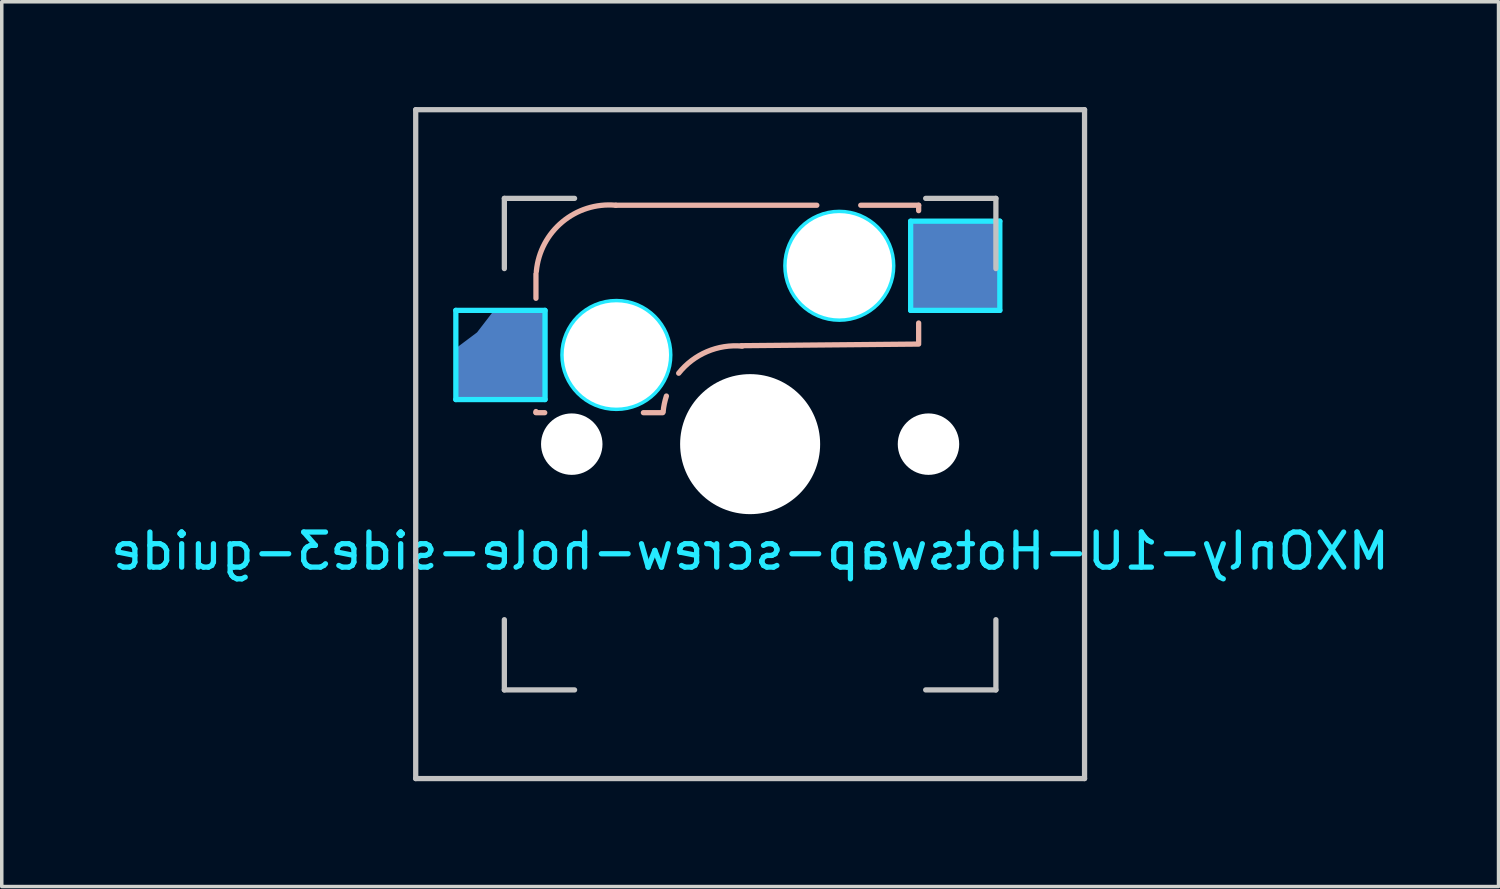
<source format=kicad_pcb>
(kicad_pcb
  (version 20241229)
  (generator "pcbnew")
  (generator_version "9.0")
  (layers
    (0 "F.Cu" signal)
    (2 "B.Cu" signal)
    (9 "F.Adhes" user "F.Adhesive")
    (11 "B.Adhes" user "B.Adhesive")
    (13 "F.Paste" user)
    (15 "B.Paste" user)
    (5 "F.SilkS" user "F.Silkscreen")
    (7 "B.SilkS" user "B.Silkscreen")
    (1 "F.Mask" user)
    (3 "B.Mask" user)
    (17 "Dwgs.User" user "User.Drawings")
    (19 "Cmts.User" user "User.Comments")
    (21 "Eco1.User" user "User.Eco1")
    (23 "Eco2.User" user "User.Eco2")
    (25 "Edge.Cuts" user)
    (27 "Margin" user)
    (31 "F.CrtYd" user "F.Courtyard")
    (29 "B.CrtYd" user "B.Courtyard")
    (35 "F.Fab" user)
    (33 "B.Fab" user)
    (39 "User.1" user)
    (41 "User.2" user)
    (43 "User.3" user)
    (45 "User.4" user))
  (footprint "MXOnly-1U-Hotswap-screw-hole-side3-guide"
    (layer "F.Cu")
    (at 18.315 9.6)
    (property "Reference" "MXOnly-1U-Hotswap-screw-hole-side3-guide" (at 0 3.048 0) (layer "B.CrtYd") (effects (font (size 1 1) (thickness 0.15)) (justify mirror)))
    (attr smd)
    (fp_line (start -6.1 -4.85) (end -6.1 -4.154) (stroke (width 0.15) (type solid)) (layer "B.SilkS"))
    (fp_line (start -6.1 -0.929) (end -6.1 -0.905) (stroke (width 0.15) (type solid)) (layer "B.SilkS"))
    (fp_line (start -6.1 -0.896) (end -5.85 -0.896) (stroke (width 0.15) (type solid)) (layer "B.SilkS"))
    (fp_line (start -3.04 -0.896) (end -2.49 -0.896) (stroke (width 0.15) (type solid)) (layer "B.SilkS"))
    (fp_line (start 1.9 -6.804) (end -3.825 -6.804) (stroke (width 0.15) (type solid)) (layer "B.SilkS"))
    (fp_line (start 4.8 -6.804) (end 3.15 -6.804) (stroke (width 0.15) (type solid)) (layer "B.SilkS"))
    (fp_line (start 4.8 -6.65) (end 4.8 -6.804) (stroke (width 0.15) (type solid)) (layer "B.SilkS"))
    (fp_line (start 4.8 -2.896) (end 4.8 -3.45) (stroke (width 0.15) (type solid)) (layer "B.SilkS"))
    (fp_line (start 4.8 -2.85) (end -0.25 -2.804) (stroke (width 0.15) (type solid)) (layer "B.SilkS"))
    (fp_arc (start -6.089 -4.92) (mid -5.347189 -6.33089) (end -3.825 -6.804) (stroke (width 0.15) (type solid)) (layer "B.SilkS"))
    (fp_arc (start -2.477681 -0.919328) (mid -2.443892 -1.147245) (end -2.385 -1.37) (stroke (width 0.15) (type solid)) (layer "B.SilkS"))
    (fp_arc (start -2.035 -2.02) (mid -1.227901 -2.63465) (end -0.225713 -2.7922) (stroke (width 0.15) (type solid)) (layer "B.SilkS"))
    (fp_line (start -9.525 -9.525) (end 9.525 -9.525) (stroke (width 0.15) (type solid)) (layer "Dwgs.User"))
    (fp_line (start -9.525 9.525) (end -9.525 -9.525) (stroke (width 0.15) (type solid)) (layer "Dwgs.User"))
    (fp_line (start -7 -7) (end -7 -5) (stroke (width 0.15) (type solid)) (layer "Dwgs.User"))
    (fp_line (start -7 5) (end -7 7) (stroke (width 0.15) (type solid)) (layer "Dwgs.User"))
    (fp_line (start -7 7) (end -5 7) (stroke (width 0.15) (type solid)) (layer "Dwgs.User"))
    (fp_line (start -5 -7) (end -7 -7) (stroke (width 0.15) (type solid)) (layer "Dwgs.User"))
    (fp_line (start 5 -7) (end 7 -7) (stroke (width 0.15) (type solid)) (layer "Dwgs.User"))
    (fp_line (start 5 7) (end 7 7) (stroke (width 0.15) (type solid)) (layer "Dwgs.User"))
    (fp_line (start 7 -7) (end 7 -5) (stroke (width 0.15) (type solid)) (layer "Dwgs.User"))
    (fp_line (start 7 7) (end 7 5) (stroke (width 0.15) (type solid)) (layer "Dwgs.User"))
    (fp_line (start 9.525 -9.525) (end 9.525 9.525) (stroke (width 0.15) (type solid)) (layer "Dwgs.User"))
    (fp_line (start 9.525 9.525) (end -9.525 9.525) (stroke (width 0.15) (type solid)) (layer "Dwgs.User"))
    (fp_line (start -8.382 -3.81) (end -8.382 -1.27) (stroke (width 0.15) (type solid)) (layer "B.CrtYd"))
    (fp_line (start -8.382 -1.27) (end -5.842 -1.27) (stroke (width 0.15) (type solid)) (layer "B.CrtYd"))
    (fp_line (start -5.842 -3.81) (end -8.382 -3.81) (stroke (width 0.15) (type solid)) (layer "B.CrtYd"))
    (fp_line (start -5.842 -1.27) (end -5.842 -3.81) (stroke (width 0.15) (type solid)) (layer "B.CrtYd"))
    (fp_line (start 4.572 -6.35) (end 7.112 -6.35) (stroke (width 0.15) (type solid)) (layer "B.CrtYd"))
    (fp_line (start 4.572 -3.81) (end 4.572 -6.35) (stroke (width 0.15) (type solid)) (layer "B.CrtYd"))
    (fp_line (start 7.112 -6.35) (end 7.112 -3.81) (stroke (width 0.15) (type solid)) (layer "B.CrtYd"))
    (fp_line (start 7.112 -3.81) (end 4.572 -3.81) (stroke (width 0.15) (type solid)) (layer "B.CrtYd"))
    (fp_circle (center -3.81 -2.54) (end -3.81 -4.064) (stroke (width 0.15) (type solid)) (fill no) (layer "B.CrtYd"))
    (fp_circle (center 2.54 -5.08) (end 2.54 -6.604) (stroke (width 0.15) (type solid)) (fill no) (layer "B.CrtYd"))
    (pad "" np_thru_hole circle (at -5.08 0 48.1) (size 1.75 1.75) (drill 1.75) (layers "*.Cu" "*.Mask"))
    (pad "" np_thru_hole circle (at -3.81 -2.54) (size 3 3) (drill 3) (layers "*.Cu" "*.Mask"))
    (pad "" np_thru_hole circle (at 0 0) (size 3.988 3.988) (drill 3.988) (layers "*.Cu" "*.Mask"))
    (pad "" np_thru_hole circle (at 2.54 -5.08) (size 3 3) (drill 3) (layers "*.Cu" "*.Mask"))
    (pad "" np_thru_hole circle (at 5.08 0 48.1) (size 1.75 1.75) (drill 1.75) (layers "*.Cu" "*.Mask"))
    (pad "1" smd custom (at -7.085 -2.54) (size 1 1) (layers "B.Cu" "B.Mask" "B.Paste") (options (anchor rect)) (primitives (gr_poly (pts (xy -0.15 -1.25) (xy 1.25 -1.25) (xy 1.25 1.25) (xy -1.25 1.25) (xy -1.25 -0.15) (xy -0.65 -0.6)) (width 0.12) (fill yes))))
    (pad "2" smd rect (at 5.842 -5.08) (size 2.55 2.5) (layers "B.Cu" "B.Mask" "B.Paste")))
  (gr_rect
    (start -3 -3)
    (end 39.631 22.2)
    (stroke (width 0.1) (type default))
    (fill no)
    (layer "Edge.Cuts")))
</source>
